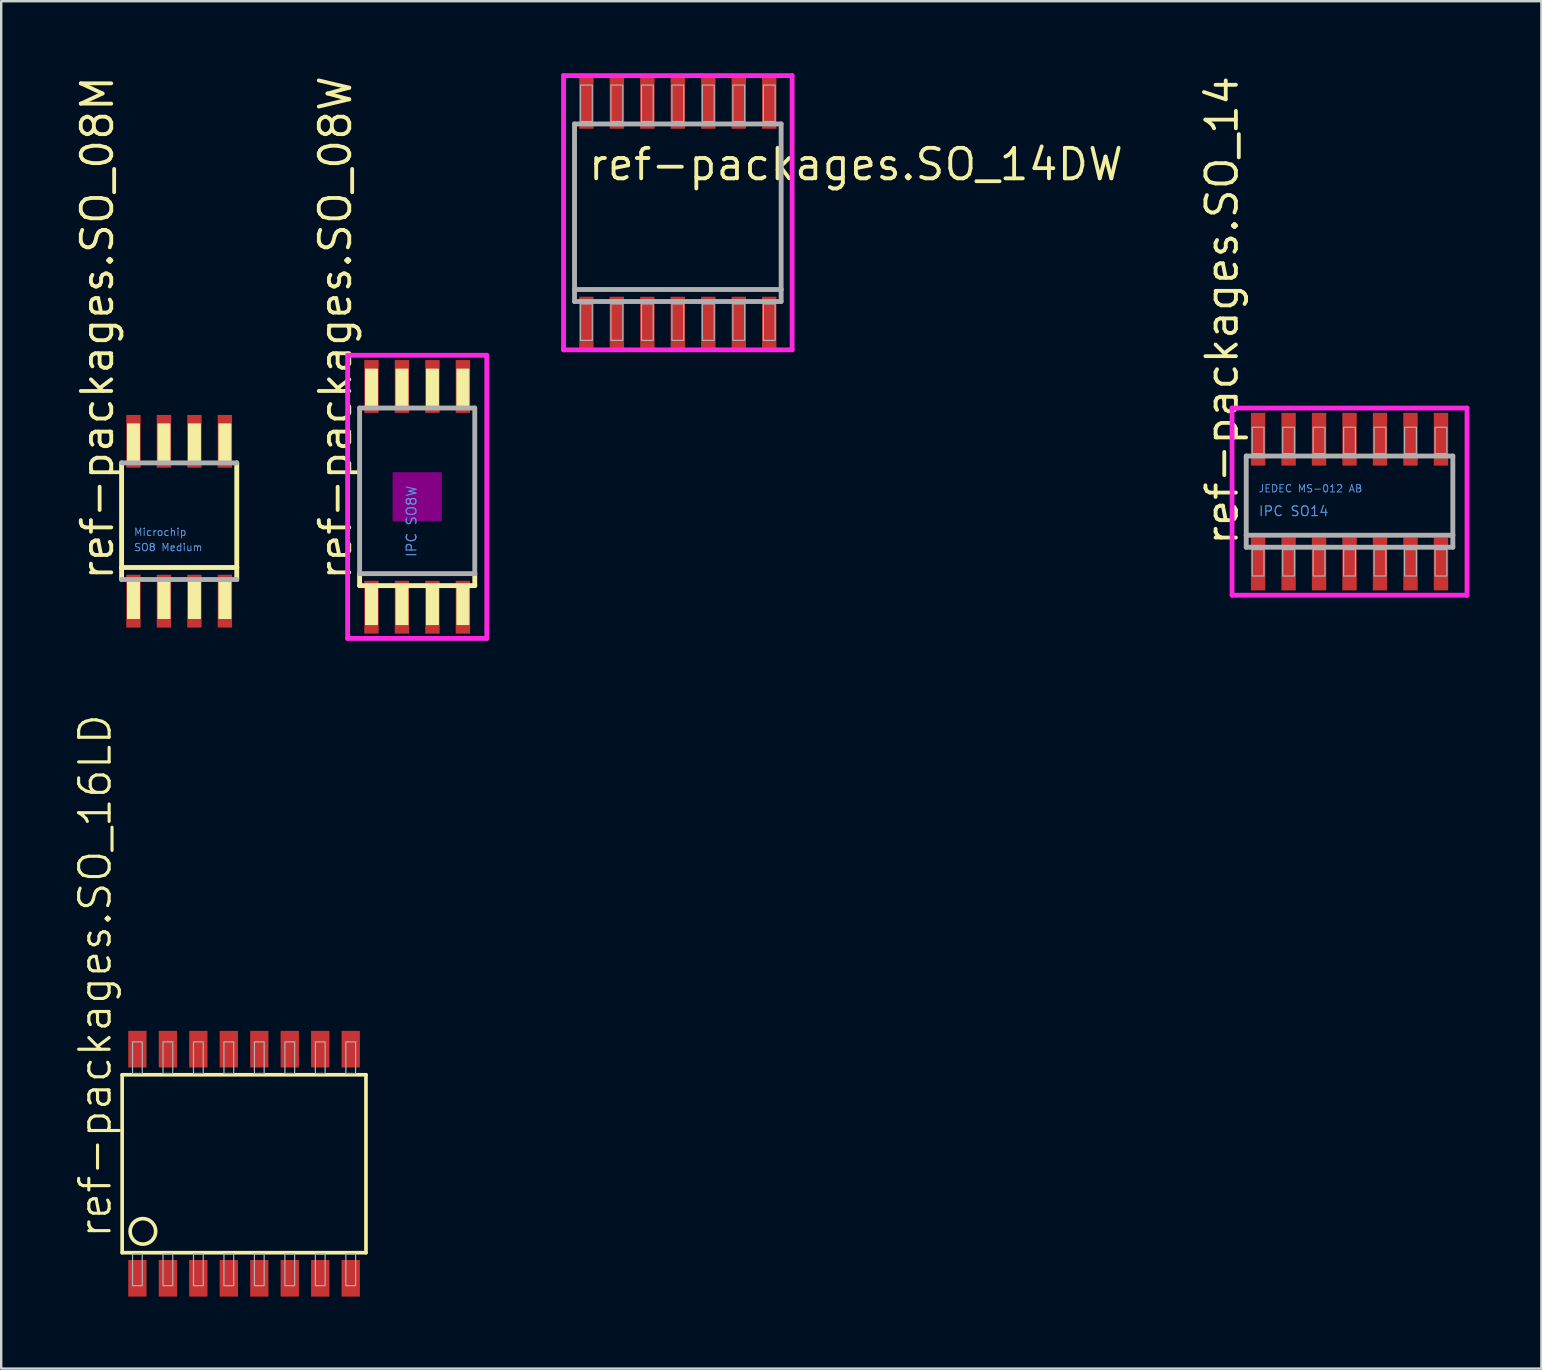
<source format=kicad_pcb>
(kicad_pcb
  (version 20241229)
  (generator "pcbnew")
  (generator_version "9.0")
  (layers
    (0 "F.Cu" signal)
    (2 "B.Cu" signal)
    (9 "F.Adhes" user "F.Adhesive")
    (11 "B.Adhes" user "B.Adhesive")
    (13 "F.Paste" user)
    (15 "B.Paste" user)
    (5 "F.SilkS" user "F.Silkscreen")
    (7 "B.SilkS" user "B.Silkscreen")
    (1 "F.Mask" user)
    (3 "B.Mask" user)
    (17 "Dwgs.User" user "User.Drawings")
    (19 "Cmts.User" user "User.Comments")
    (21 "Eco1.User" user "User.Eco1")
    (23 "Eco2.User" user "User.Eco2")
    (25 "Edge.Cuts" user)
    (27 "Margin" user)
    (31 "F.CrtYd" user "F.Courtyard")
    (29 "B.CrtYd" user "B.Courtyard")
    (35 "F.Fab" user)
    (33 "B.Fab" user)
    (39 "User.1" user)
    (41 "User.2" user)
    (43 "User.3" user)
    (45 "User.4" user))
  (footprint "ref-packages.SO_08W"
    (layer "F.Cu")
    (at 14.336 17.655)
    (property "Reference" "ref-packages.SO_08W" (at -2.667 3.556 90) (layer "F.SilkS") (effects (font (size 1.27 1.27) (thickness 0.16)) (justify left bottom)))
    (attr smd)
    (fp_line (start -2.4 3.7) (end -2.4 3.2) (stroke (width 0.203) (type default)) (layer "F.SilkS"))
    (fp_line (start 2.4 3.2) (end 2.4 3.7) (stroke (width 0.203) (type default)) (layer "F.SilkS"))
    (fp_line (start 2.4 3.7) (end -2.4 3.7) (stroke (width 0.203) (type default)) (layer "F.SilkS"))
    (fp_rect (start -2.15 -3.8) (end -1.66 -5.32) (stroke (width 0.05) (type default)) (fill yes) (layer "F.SilkS"))
    (fp_rect (start -2.15 5.32) (end -1.66 3.8) (stroke (width 0.05) (type default)) (fill yes) (layer "F.SilkS"))
    (fp_rect (start -0.88 -3.8) (end -0.39 -5.32) (stroke (width 0.05) (type default)) (fill yes) (layer "F.SilkS"))
    (fp_rect (start -0.88 5.32) (end -0.39 3.8) (stroke (width 0.05) (type default)) (fill yes) (layer "F.SilkS"))
    (fp_rect (start 0.39 -3.8) (end 0.88 -5.32) (stroke (width 0.05) (type default)) (fill yes) (layer "F.SilkS"))
    (fp_rect (start 0.39 5.32) (end 0.88 3.8) (stroke (width 0.05) (type default)) (fill yes) (layer "F.SilkS"))
    (fp_rect (start 1.66 -3.8) (end 2.15 -5.32) (stroke (width 0.05) (type default)) (fill yes) (layer "F.SilkS"))
    (fp_rect (start 1.66 5.32) (end 2.15 3.8) (stroke (width 0.05) (type default)) (fill yes) (layer "F.SilkS"))
    (fp_rect (start -1 1) (end 1 -1) (stroke (width 0.05) (type default)) (fill yes) (layer "F.Adhes"))
    (fp_line (start -2.9 -5.9) (end 2.9 -5.9) (stroke (width 0.2) (type default)) (layer "F.CrtYd"))
    (fp_line (start -2.9 5.9) (end -2.9 -5.9) (stroke (width 0.2) (type default)) (layer "F.CrtYd"))
    (fp_line (start 2.9 -5.9) (end 2.9 5.9) (stroke (width 0.2) (type default)) (layer "F.CrtYd"))
    (fp_line (start 2.9 5.9) (end -2.9 5.9) (stroke (width 0.2) (type default)) (layer "F.CrtYd"))
    (fp_line (start -2.4 -3.7) (end 2.4 -3.7) (stroke (width 0.203) (type default)) (layer "F.Fab"))
    (fp_line (start -2.4 3.2) (end -2.4 -3.7) (stroke (width 0.203) (type default)) (layer "F.Fab"))
    (fp_line (start 2.4 -3.7) (end 2.4 3.2) (stroke (width 0.203) (type default)) (layer "F.Fab"))
    (fp_line (start 2.4 3.2) (end -2.4 3.2) (stroke (width 0.203) (type default)) (layer "F.Fab"))
    (fp_text user "IPC SO8W" (at 0 2.54 90) (layer "Cmts.User") (effects (font (size 0.406 0.406) (thickness 0.05)) (justify left bottom)))
    (pad "1" smd roundrect (at -1.905 4.6) (size 0.6 2.2) (layers "F.Cu" "F.Mask" "F.Paste") (roundrect_rratio 0.01))
    (pad "2" smd roundrect (at -0.635 4.6) (size 0.6 2.2) (layers "F.Cu" "F.Mask" "F.Paste") (roundrect_rratio 0.01))
    (pad "3" smd roundrect (at 0.635 4.6) (size 0.6 2.2) (layers "F.Cu" "F.Mask" "F.Paste") (roundrect_rratio 0.01))
    (pad "4" smd roundrect (at 1.905 4.6) (size 0.6 2.2) (layers "F.Cu" "F.Mask" "F.Paste") (roundrect_rratio 0.01))
    (pad "5" smd roundrect (at 1.905 -4.6) (size 0.6 2.2) (layers "F.Cu" "F.Mask" "F.Paste") (roundrect_rratio 0.01))
    (pad "6" smd roundrect (at 0.635 -4.6) (size 0.6 2.2) (layers "F.Cu" "F.Mask" "F.Paste") (roundrect_rratio 0.01))
    (pad "7" smd roundrect (at -0.635 -4.6) (size 0.6 2.2) (layers "F.Cu" "F.Mask" "F.Paste") (roundrect_rratio 0.01))
    (pad "8" smd roundrect (at -1.905 -4.6) (size 0.6 2.2) (layers "F.Cu" "F.Mask" "F.Paste") (roundrect_rratio 0.01)))
  (footprint "ref-packages.SO_08M"
    (layer "F.Cu")
    (at 4.417 18.671)
    (property "Reference" "ref-packages.SO_08M" (at -2.667 2.54 90) (layer "F.SilkS") (effects (font (size 1.27 1.27) (thickness 0.16)) (justify left bottom)))
    (attr smd)
    (fp_line (start -2.4 1.93) (end -2.4 -2.43) (stroke (width 0.203) (type default)) (layer "F.SilkS"))
    (fp_line (start -2.4 2.43) (end -2.4 1.93) (stroke (width 0.203) (type default)) (layer "F.SilkS"))
    (fp_line (start 2.4 -2.43) (end 2.4 1.93) (stroke (width 0.203) (type default)) (layer "F.SilkS"))
    (fp_line (start 2.4 1.93) (end -2.4 1.93) (stroke (width 0.203) (type default)) (layer "F.SilkS"))
    (fp_line (start 2.4 1.93) (end 2.4 2.43) (stroke (width 0.203) (type default)) (layer "F.SilkS"))
    (fp_rect (start -2.15 -2.53) (end -1.66 -4.05) (stroke (width 0.05) (type default)) (fill yes) (layer "F.SilkS"))
    (fp_rect (start -2.15 4.05) (end -1.66 2.53) (stroke (width 0.05) (type default)) (fill yes) (layer "F.SilkS"))
    (fp_rect (start -0.88 -2.53) (end -0.39 -4.05) (stroke (width 0.05) (type default)) (fill yes) (layer "F.SilkS"))
    (fp_rect (start -0.88 4.05) (end -0.39 2.53) (stroke (width 0.05) (type default)) (fill yes) (layer "F.SilkS"))
    (fp_rect (start 0.39 -2.53) (end 0.88 -4.05) (stroke (width 0.05) (type default)) (fill yes) (layer "F.SilkS"))
    (fp_rect (start 0.39 4.05) (end 0.88 2.53) (stroke (width 0.05) (type default)) (fill yes) (layer "F.SilkS"))
    (fp_rect (start 1.66 -2.53) (end 2.15 -4.05) (stroke (width 0.05) (type default)) (fill yes) (layer "F.SilkS"))
    (fp_rect (start 1.66 4.05) (end 2.15 2.53) (stroke (width 0.05) (type default)) (fill yes) (layer "F.SilkS"))
    (fp_line (start -2.4 -2.43) (end 2.4 -2.43) (stroke (width 0.203) (type default)) (layer "F.Fab"))
    (fp_line (start 2.4 2.43) (end -2.4 2.43) (stroke (width 0.203) (type default)) (layer "F.Fab"))
    (fp_text user "Microchip" (at -1.905 0.635 0) (layer "Cmts.User") (effects (font (size 0.305 0.305) (thickness 0.04)) (justify left bottom)))
    (fp_text user "SO8 Medium" (at -1.905 1.27 0) (layer "Cmts.User") (effects (font (size 0.305 0.305) (thickness 0.04)) (justify left bottom)))
    (pad "1" smd roundrect (at -1.905 3.33) (size 0.6 2.2) (layers "F.Cu" "F.Mask" "F.Paste") (roundrect_rratio 0.01))
    (pad "2" smd roundrect (at -0.635 3.33) (size 0.6 2.2) (layers "F.Cu" "F.Mask" "F.Paste") (roundrect_rratio 0.01))
    (pad "3" smd roundrect (at 0.635 3.33) (size 0.6 2.2) (layers "F.Cu" "F.Mask" "F.Paste") (roundrect_rratio 0.01))
    (pad "4" smd roundrect (at 1.905 3.33) (size 0.6 2.2) (layers "F.Cu" "F.Mask" "F.Paste") (roundrect_rratio 0.01))
    (pad "5" smd roundrect (at 1.905 -3.33) (size 0.6 2.2) (layers "F.Cu" "F.Mask" "F.Paste") (roundrect_rratio 0.01))
    (pad "6" smd roundrect (at 0.635 -3.33) (size 0.6 2.2) (layers "F.Cu" "F.Mask" "F.Paste") (roundrect_rratio 0.01))
    (pad "7" smd roundrect (at -0.635 -3.33) (size 0.6 2.2) (layers "F.Cu" "F.Mask" "F.Paste") (roundrect_rratio 0.01))
    (pad "8" smd roundrect (at -1.905 -3.33) (size 0.6 2.2) (layers "F.Cu" "F.Mask" "F.Paste") (roundrect_rratio 0.01)))
  (footprint "ref-packages.SO_14"
    (layer "F.Cu")
    (at 53.191 17.855)
    (property "Reference" "ref-packages.SO_14" (at -4.572 1.905 90) (layer "F.SilkS") (effects (font (size 1.27 1.27) (thickness 0.16)) (justify left bottom)))
    (attr smd)
    (fp_line (start -4.895 -3.9) (end 4.895 -3.9) (stroke (width 0.2) (type default)) (layer "F.CrtYd"))
    (fp_line (start -4.895 3.9) (end -4.895 -3.9) (stroke (width 0.2) (type default)) (layer "F.CrtYd"))
    (fp_line (start 4.895 -3.9) (end 4.895 3.9) (stroke (width 0.2) (type default)) (layer "F.CrtYd"))
    (fp_line (start 4.895 3.9) (end -4.895 3.9) (stroke (width 0.2) (type default)) (layer "F.CrtYd"))
    (fp_line (start -4.305 -1.9) (end 4.305 -1.9) (stroke (width 0.203) (type default)) (layer "F.Fab"))
    (fp_line (start -4.305 1.4) (end -4.305 -1.9) (stroke (width 0.203) (type default)) (layer "F.Fab"))
    (fp_line (start -4.305 1.9) (end -4.305 1.4) (stroke (width 0.203) (type default)) (layer "F.Fab"))
    (fp_line (start 4.305 -1.9) (end 4.305 1.4) (stroke (width 0.203) (type default)) (layer "F.Fab"))
    (fp_line (start 4.305 1.4) (end -4.305 1.4) (stroke (width 0.203) (type default)) (layer "F.Fab"))
    (fp_line (start 4.305 1.4) (end 4.305 1.9) (stroke (width 0.203) (type default)) (layer "F.Fab"))
    (fp_line (start 4.305 1.9) (end -4.305 1.9) (stroke (width 0.203) (type default)) (layer "F.Fab"))
    (fp_rect (start -4.055 -2) (end -3.565 -3.1) (stroke (width 0.05) (type default)) (fill no) (layer "F.Fab"))
    (fp_rect (start -4.055 3.1) (end -3.565 2) (stroke (width 0.05) (type default)) (fill no) (layer "F.Fab"))
    (fp_rect (start -2.785 -2) (end -2.295 -3.1) (stroke (width 0.05) (type default)) (fill no) (layer "F.Fab"))
    (fp_rect (start -2.785 3.1) (end -2.295 2) (stroke (width 0.05) (type default)) (fill no) (layer "F.Fab"))
    (fp_rect (start -1.515 -2) (end -1.025 -3.1) (stroke (width 0.05) (type default)) (fill no) (layer "F.Fab"))
    (fp_rect (start -1.515 3.1) (end -1.025 2) (stroke (width 0.05) (type default)) (fill no) (layer "F.Fab"))
    (fp_rect (start -0.245 -2) (end 0.245 -3.1) (stroke (width 0.05) (type default)) (fill no) (layer "F.Fab"))
    (fp_rect (start -0.245 3.1) (end 0.245 2) (stroke (width 0.05) (type default)) (fill no) (layer "F.Fab"))
    (fp_rect (start 1.025 -2) (end 1.515 -3.1) (stroke (width 0.05) (type default)) (fill no) (layer "F.Fab"))
    (fp_rect (start 1.025 3.1) (end 1.515 2) (stroke (width 0.05) (type default)) (fill no) (layer "F.Fab"))
    (fp_rect (start 2.295 -2) (end 2.785 -3.1) (stroke (width 0.05) (type default)) (fill no) (layer "F.Fab"))
    (fp_rect (start 2.295 3.1) (end 2.785 2) (stroke (width 0.05) (type default)) (fill no) (layer "F.Fab"))
    (fp_rect (start 3.565 -2) (end 4.055 -3.1) (stroke (width 0.05) (type default)) (fill no) (layer "F.Fab"))
    (fp_rect (start 3.565 3.1) (end 4.055 2) (stroke (width 0.05) (type default)) (fill no) (layer "F.Fab"))
    (fp_text user "IPC SO14" (at -3.81 0.635 0) (layer "Cmts.User") (effects (font (size 0.406 0.406) (thickness 0.05)) (justify left bottom)))
    (fp_text user "JEDEC MS-012 AB" (at -3.81 -0.365 0) (layer "Cmts.User") (effects (font (size 0.305 0.305) (thickness 0.04)) (justify left bottom)))
    (pad "1" smd roundrect (at -3.81 2.6) (size 0.6 2.2) (layers "F.Cu" "F.Mask" "F.Paste") (roundrect_rratio 0.01))
    (pad "2" smd roundrect (at -2.54 2.6) (size 0.6 2.2) (layers "F.Cu" "F.Mask" "F.Paste") (roundrect_rratio 0.01))
    (pad "3" smd roundrect (at -1.27 2.6) (size 0.6 2.2) (layers "F.Cu" "F.Mask" "F.Paste") (roundrect_rratio 0.01))
    (pad "4" smd roundrect (at 0 2.6) (size 0.6 2.2) (layers "F.Cu" "F.Mask" "F.Paste") (roundrect_rratio 0.01))
    (pad "5" smd roundrect (at 1.27 2.6) (size 0.6 2.2) (layers "F.Cu" "F.Mask" "F.Paste") (roundrect_rratio 0.01))
    (pad "6" smd roundrect (at 2.54 2.6) (size 0.6 2.2) (layers "F.Cu" "F.Mask" "F.Paste") (roundrect_rratio 0.01))
    (pad "7" smd roundrect (at 3.81 2.6) (size 0.6 2.2) (layers "F.Cu" "F.Mask" "F.Paste") (roundrect_rratio 0.01))
    (pad "8" smd roundrect (at 3.81 -2.6) (size 0.6 2.2) (layers "F.Cu" "F.Mask" "F.Paste") (roundrect_rratio 0.01))
    (pad "9" smd roundrect (at 2.54 -2.6) (size 0.6 2.2) (layers "F.Cu" "F.Mask" "F.Paste") (roundrect_rratio 0.01))
    (pad "10" smd roundrect (at 1.27 -2.6) (size 0.6 2.2) (layers "F.Cu" "F.Mask" "F.Paste") (roundrect_rratio 0.01))
    (pad "11" smd roundrect (at 0 -2.6) (size 0.6 2.2) (layers "F.Cu" "F.Mask" "F.Paste") (roundrect_rratio 0.01))
    (pad "12" smd roundrect (at -1.27 -2.6) (size 0.6 2.2) (layers "F.Cu" "F.Mask" "F.Paste") (roundrect_rratio 0.01))
    (pad "13" smd roundrect (at -2.54 -2.6) (size 0.6 2.2) (layers "F.Cu" "F.Mask" "F.Paste") (roundrect_rratio 0.01))
    (pad "14" smd roundrect (at -3.81 -2.6) (size 0.6 2.2) (layers "F.Cu" "F.Mask" "F.Paste") (roundrect_rratio 0.01)))
  (footprint "ref-packages.SO_16LD"
    (layer "F.Cu")
    (at 7.121 45.448)
    (property "Reference" "ref-packages.SO_16LD" (at -5.461 3.175 90) (layer "F.SilkS") (effects (font (size 1.27 1.27) (thickness 0.13)) (justify left bottom)))
    (attr smd)
    (fp_line (start -5.08 -3.708) (end -5.08 3.708) (stroke (width 0.152) (type default)) (layer "F.SilkS"))
    (fp_line (start -5.08 3.708) (end 5.08 3.708) (stroke (width 0.152) (type default)) (layer "F.SilkS"))
    (fp_line (start 5.08 -3.708) (end -5.08 -3.708) (stroke (width 0.152) (type default)) (layer "F.SilkS"))
    (fp_line (start 5.08 3.708) (end 5.08 -3.708) (stroke (width 0.152) (type default)) (layer "F.SilkS"))
    (fp_circle (center -4.216 2.819) (end -3.683 2.819) (stroke (width 0.152) (type default)) (fill no) (layer "F.SilkS"))
    (fp_rect (start -4.648 -3.759) (end -4.242 -5.08) (stroke (width 0.05) (type default)) (fill no) (layer "F.Fab"))
    (fp_rect (start -4.648 5.08) (end -4.242 3.759) (stroke (width 0.05) (type default)) (fill no) (layer "F.Fab"))
    (fp_rect (start -3.378 -3.759) (end -2.972 -5.08) (stroke (width 0.05) (type default)) (fill no) (layer "F.Fab"))
    (fp_rect (start -3.378 5.08) (end -2.972 3.759) (stroke (width 0.05) (type default)) (fill no) (layer "F.Fab"))
    (fp_rect (start -2.108 -3.759) (end -1.702 -5.08) (stroke (width 0.05) (type default)) (fill no) (layer "F.Fab"))
    (fp_rect (start -2.108 5.08) (end -1.702 3.759) (stroke (width 0.05) (type default)) (fill no) (layer "F.Fab"))
    (fp_rect (start -0.838 -3.759) (end -0.432 -5.08) (stroke (width 0.05) (type default)) (fill no) (layer "F.Fab"))
    (fp_rect (start -0.838 5.08) (end -0.432 3.759) (stroke (width 0.05) (type default)) (fill no) (layer "F.Fab"))
    (fp_rect (start 0.432 -3.759) (end 0.838 -5.08) (stroke (width 0.05) (type default)) (fill no) (layer "F.Fab"))
    (fp_rect (start 0.432 5.08) (end 0.838 3.759) (stroke (width 0.05) (type default)) (fill no) (layer "F.Fab"))
    (fp_rect (start 1.702 -3.759) (end 2.108 -5.08) (stroke (width 0.05) (type default)) (fill no) (layer "F.Fab"))
    (fp_rect (start 1.702 5.08) (end 2.108 3.759) (stroke (width 0.05) (type default)) (fill no) (layer "F.Fab"))
    (fp_rect (start 2.972 -3.759) (end 3.378 -5.08) (stroke (width 0.05) (type default)) (fill no) (layer "F.Fab"))
    (fp_rect (start 2.972 5.08) (end 3.378 3.759) (stroke (width 0.05) (type default)) (fill no) (layer "F.Fab"))
    (fp_rect (start 4.242 -3.759) (end 4.648 -5.08) (stroke (width 0.05) (type default)) (fill no) (layer "F.Fab"))
    (fp_rect (start 4.242 5.08) (end 4.648 3.759) (stroke (width 0.05) (type default)) (fill no) (layer "F.Fab"))
    (pad "1" smd roundrect (at -4.445 4.775) (size 0.762 1.524) (layers "F.Cu" "F.Mask" "F.Paste") (roundrect_rratio 0.01))
    (pad "2" smd roundrect (at -3.175 4.775) (size 0.762 1.524) (layers "F.Cu" "F.Mask" "F.Paste") (roundrect_rratio 0.01))
    (pad "3" smd roundrect (at -1.905 4.775) (size 0.762 1.524) (layers "F.Cu" "F.Mask" "F.Paste") (roundrect_rratio 0.01))
    (pad "4" smd roundrect (at -0.635 4.775) (size 0.762 1.524) (layers "F.Cu" "F.Mask" "F.Paste") (roundrect_rratio 0.01))
    (pad "5" smd roundrect (at 0.635 4.775) (size 0.762 1.524) (layers "F.Cu" "F.Mask" "F.Paste") (roundrect_rratio 0.01))
    (pad "6" smd roundrect (at 1.905 4.775) (size 0.762 1.524) (layers "F.Cu" "F.Mask" "F.Paste") (roundrect_rratio 0.01))
    (pad "7" smd roundrect (at 3.175 4.775) (size 0.762 1.524) (layers "F.Cu" "F.Mask" "F.Paste") (roundrect_rratio 0.01))
    (pad "8" smd roundrect (at 4.445 4.775) (size 0.762 1.524) (layers "F.Cu" "F.Mask" "F.Paste") (roundrect_rratio 0.01))
    (pad "9" smd roundrect (at 4.445 -4.775) (size 0.762 1.524) (layers "F.Cu" "F.Mask" "F.Paste") (roundrect_rratio 0.01))
    (pad "10" smd roundrect (at 3.175 -4.775) (size 0.762 1.524) (layers "F.Cu" "F.Mask" "F.Paste") (roundrect_rratio 0.01))
    (pad "11" smd roundrect (at 1.905 -4.775) (size 0.762 1.524) (layers "F.Cu" "F.Mask" "F.Paste") (roundrect_rratio 0.01))
    (pad "12" smd roundrect (at 0.635 -4.775) (size 0.762 1.524) (layers "F.Cu" "F.Mask" "F.Paste") (roundrect_rratio 0.01))
    (pad "13" smd roundrect (at -0.635 -4.775) (size 0.762 1.524) (layers "F.Cu" "F.Mask" "F.Paste") (roundrect_rratio 0.01))
    (pad "14" smd roundrect (at -1.905 -4.775) (size 0.762 1.524) (layers "F.Cu" "F.Mask" "F.Paste") (roundrect_rratio 0.01))
    (pad "15" smd roundrect (at -3.175 -4.775) (size 0.762 1.524) (layers "F.Cu" "F.Mask" "F.Paste") (roundrect_rratio 0.01))
    (pad "16" smd roundrect (at -4.445 -4.775) (size 0.762 1.524) (layers "F.Cu" "F.Mask" "F.Paste") (roundrect_rratio 0.01)))
  (footprint "ref-packages.SO_14DW"
    (layer "F.Cu")
    (at 25.198 5.815)
    (property "Reference" "ref-packages.SO_14DW" (at -3.81 -1.27 0) (layer "F.SilkS") (effects (font (size 1.27 1.27) (thickness 0.16)) (justify left bottom)))
    (attr smd)
    (fp_line (start -4.763 -5.715) (end -4.763 5.715) (stroke (width 0.2) (type default)) (layer "F.CrtYd"))
    (fp_line (start -4.763 5.715) (end 4.763 5.715) (stroke (width 0.2) (type default)) (layer "F.CrtYd"))
    (fp_line (start 4.763 -5.715) (end -4.763 -5.715) (stroke (width 0.2) (type default)) (layer "F.CrtYd"))
    (fp_line (start 4.763 5.715) (end 4.763 -5.715) (stroke (width 0.2) (type default)) (layer "F.CrtYd"))
    (fp_line (start -4.305 -3.7) (end 4.305 -3.7) (stroke (width 0.203) (type default)) (layer "F.Fab"))
    (fp_line (start -4.305 3.2) (end -4.305 -3.7) (stroke (width 0.203) (type default)) (layer "F.Fab"))
    (fp_line (start -4.305 3.7) (end -4.305 3.2) (stroke (width 0.203) (type default)) (layer "F.Fab"))
    (fp_line (start 4.305 -3.7) (end 4.305 3.2) (stroke (width 0.203) (type default)) (layer "F.Fab"))
    (fp_line (start 4.305 3.2) (end -4.305 3.2) (stroke (width 0.203) (type default)) (layer "F.Fab"))
    (fp_line (start 4.305 3.2) (end 4.305 3.7) (stroke (width 0.203) (type default)) (layer "F.Fab"))
    (fp_line (start 4.305 3.7) (end -4.305 3.7) (stroke (width 0.203) (type default)) (layer "F.Fab"))
    (fp_rect (start -4.055 -3.8) (end -3.565 -5.32) (stroke (width 0.05) (type default)) (fill no) (layer "F.Fab"))
    (fp_rect (start -4.055 5.32) (end -3.565 3.8) (stroke (width 0.05) (type default)) (fill no) (layer "F.Fab"))
    (fp_rect (start -2.785 -3.8) (end -2.295 -5.32) (stroke (width 0.05) (type default)) (fill no) (layer "F.Fab"))
    (fp_rect (start -2.785 5.32) (end -2.295 3.8) (stroke (width 0.05) (type default)) (fill no) (layer "F.Fab"))
    (fp_rect (start -1.515 -3.8) (end -1.025 -5.32) (stroke (width 0.05) (type default)) (fill no) (layer "F.Fab"))
    (fp_rect (start -1.515 5.32) (end -1.025 3.8) (stroke (width 0.05) (type default)) (fill no) (layer "F.Fab"))
    (fp_rect (start -0.245 -3.8) (end 0.245 -5.32) (stroke (width 0.05) (type default)) (fill no) (layer "F.Fab"))
    (fp_rect (start -0.245 5.32) (end 0.245 3.8) (stroke (width 0.05) (type default)) (fill no) (layer "F.Fab"))
    (fp_rect (start 1.025 -3.8) (end 1.515 -5.32) (stroke (width 0.05) (type default)) (fill no) (layer "F.Fab"))
    (fp_rect (start 1.025 5.32) (end 1.515 3.8) (stroke (width 0.05) (type default)) (fill no) (layer "F.Fab"))
    (fp_rect (start 2.295 -3.8) (end 2.785 -5.32) (stroke (width 0.05) (type default)) (fill no) (layer "F.Fab"))
    (fp_rect (start 2.295 5.32) (end 2.785 3.8) (stroke (width 0.05) (type default)) (fill no) (layer "F.Fab"))
    (fp_rect (start 3.565 -3.8) (end 4.055 -5.32) (stroke (width 0.05) (type default)) (fill no) (layer "F.Fab"))
    (fp_rect (start 3.565 5.32) (end 4.055 3.8) (stroke (width 0.05) (type default)) (fill no) (layer "F.Fab"))
    (pad "1" smd roundrect (at -3.81 4.6) (size 0.6 2.2) (layers "F.Cu" "F.Mask" "F.Paste") (roundrect_rratio 0.01))
    (pad "2" smd roundrect (at -2.54 4.6) (size 0.6 2.2) (layers "F.Cu" "F.Mask" "F.Paste") (roundrect_rratio 0.01))
    (pad "3" smd roundrect (at -1.27 4.6) (size 0.6 2.2) (layers "F.Cu" "F.Mask" "F.Paste") (roundrect_rratio 0.01))
    (pad "4" smd roundrect (at 0 4.6) (size 0.6 2.2) (layers "F.Cu" "F.Mask" "F.Paste") (roundrect_rratio 0.01))
    (pad "5" smd roundrect (at 1.27 4.6) (size 0.6 2.2) (layers "F.Cu" "F.Mask" "F.Paste") (roundrect_rratio 0.01))
    (pad "6" smd roundrect (at 2.54 4.6) (size 0.6 2.2) (layers "F.Cu" "F.Mask" "F.Paste") (roundrect_rratio 0.01))
    (pad "7" smd roundrect (at 3.81 4.6) (size 0.6 2.2) (layers "F.Cu" "F.Mask" "F.Paste") (roundrect_rratio 0.01))
    (pad "8" smd roundrect (at 3.81 -4.6) (size 0.6 2.2) (layers "F.Cu" "F.Mask" "F.Paste") (roundrect_rratio 0.01))
    (pad "9" smd roundrect (at 2.54 -4.6) (size 0.6 2.2) (layers "F.Cu" "F.Mask" "F.Paste") (roundrect_rratio 0.01))
    (pad "10" smd roundrect (at 1.27 -4.6) (size 0.6 2.2) (layers "F.Cu" "F.Mask" "F.Paste") (roundrect_rratio 0.01))
    (pad "11" smd roundrect (at 0 -4.6) (size 0.6 2.2) (layers "F.Cu" "F.Mask" "F.Paste") (roundrect_rratio 0.01))
    (pad "12" smd roundrect (at -1.27 -4.6) (size 0.6 2.2) (layers "F.Cu" "F.Mask" "F.Paste") (roundrect_rratio 0.01))
    (pad "13" smd roundrect (at -2.54 -4.6) (size 0.6 2.2) (layers "F.Cu" "F.Mask" "F.Paste") (roundrect_rratio 0.01))
    (pad "14" smd roundrect (at -3.81 -4.6) (size 0.6 2.2) (layers "F.Cu" "F.Mask" "F.Paste") (roundrect_rratio 0.01)))
  (gr_rect
    (start -3 -3)
    (end 61.186 53.985)
    (stroke (width 0.1) (type default))
    (fill no)
    (layer "Edge.Cuts")))
</source>
